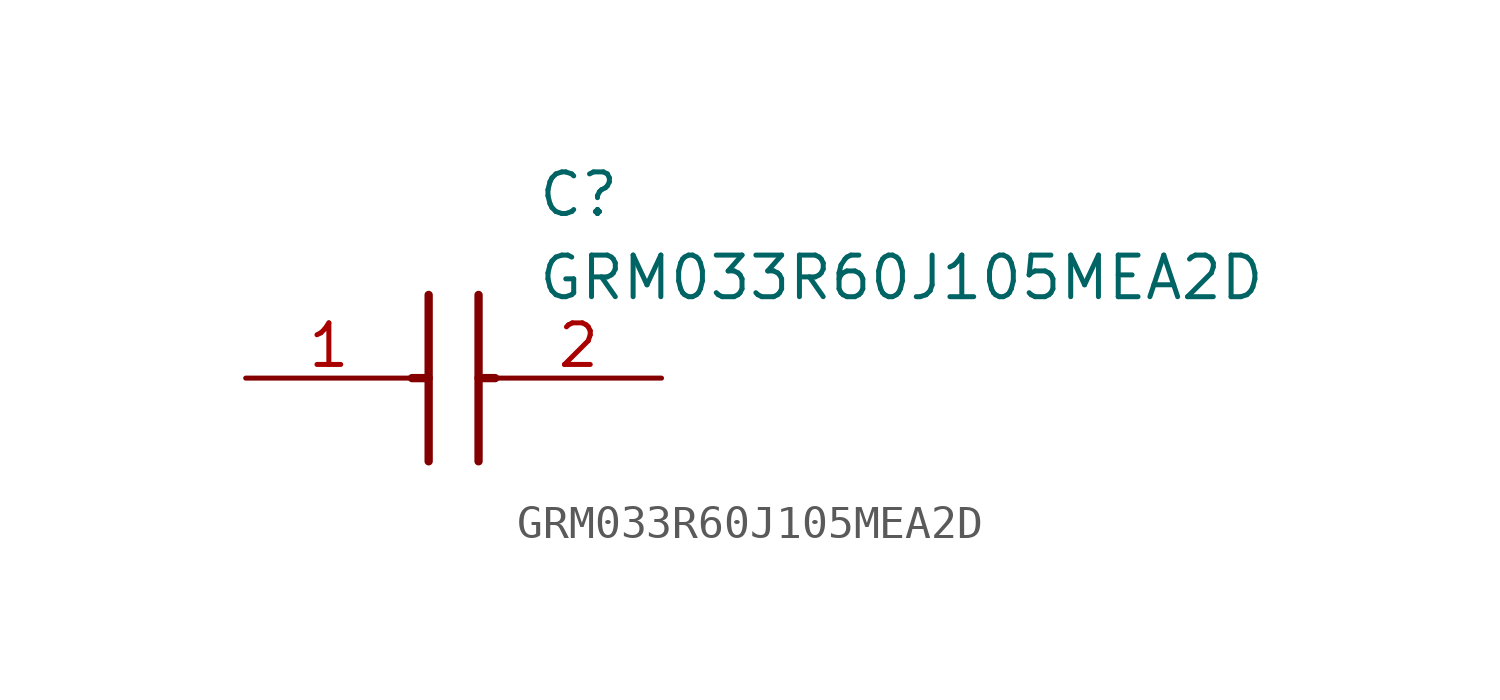
<source format=kicad_sym>
(kicad_symbol_lib
  (version 20211014)
  (generator SamacSys_ECAD_Model)
  (symbol "GRM033R60J105MEA2D"
    (pin_names hide)
    (property "Reference" "C"
      (at 8.89 6.35 0)
      (effects (font (size 1.27 1.27)) (justify left top)))
    (property "Value" "GRM033R60J105MEA2D"
      (at 8.89 3.81 0)
      (effects (font (size 1.27 1.27)) (justify left top)))
    (polyline
      (pts (xy 5.588 2.54) (xy 5.588 -2.54))
      (stroke (width 0.254) (type default))
      (fill (type none)))
    (polyline
      (pts (xy 7.112 2.54) (xy 7.112 -2.54))
      (stroke (width 0.254) (type default))
      (fill (type none)))
    (polyline
      (pts (xy 5.08 0) (xy 5.588 0))
      (stroke (width 0.254) (type default))
      (fill (type none)))
    (polyline
      (pts (xy 7.112 0) (xy 7.62 0))
      (stroke (width 0.254) (type default))
      (fill (type none)))
    (pin passive line
      (at 0 0 0)
      (length 5.08)
      (name "1" (effects (font (size 1.27 1.27))))
      (number "1" (effects (font (size 1.27 1.27)))))
    (pin passive line
      (at 12.7 0 180)
      (length 5.08)
      (name "2" (effects (font (size 1.27 1.27))))
      (number "2" (effects (font (size 1.27 1.27)))))))
</source>
